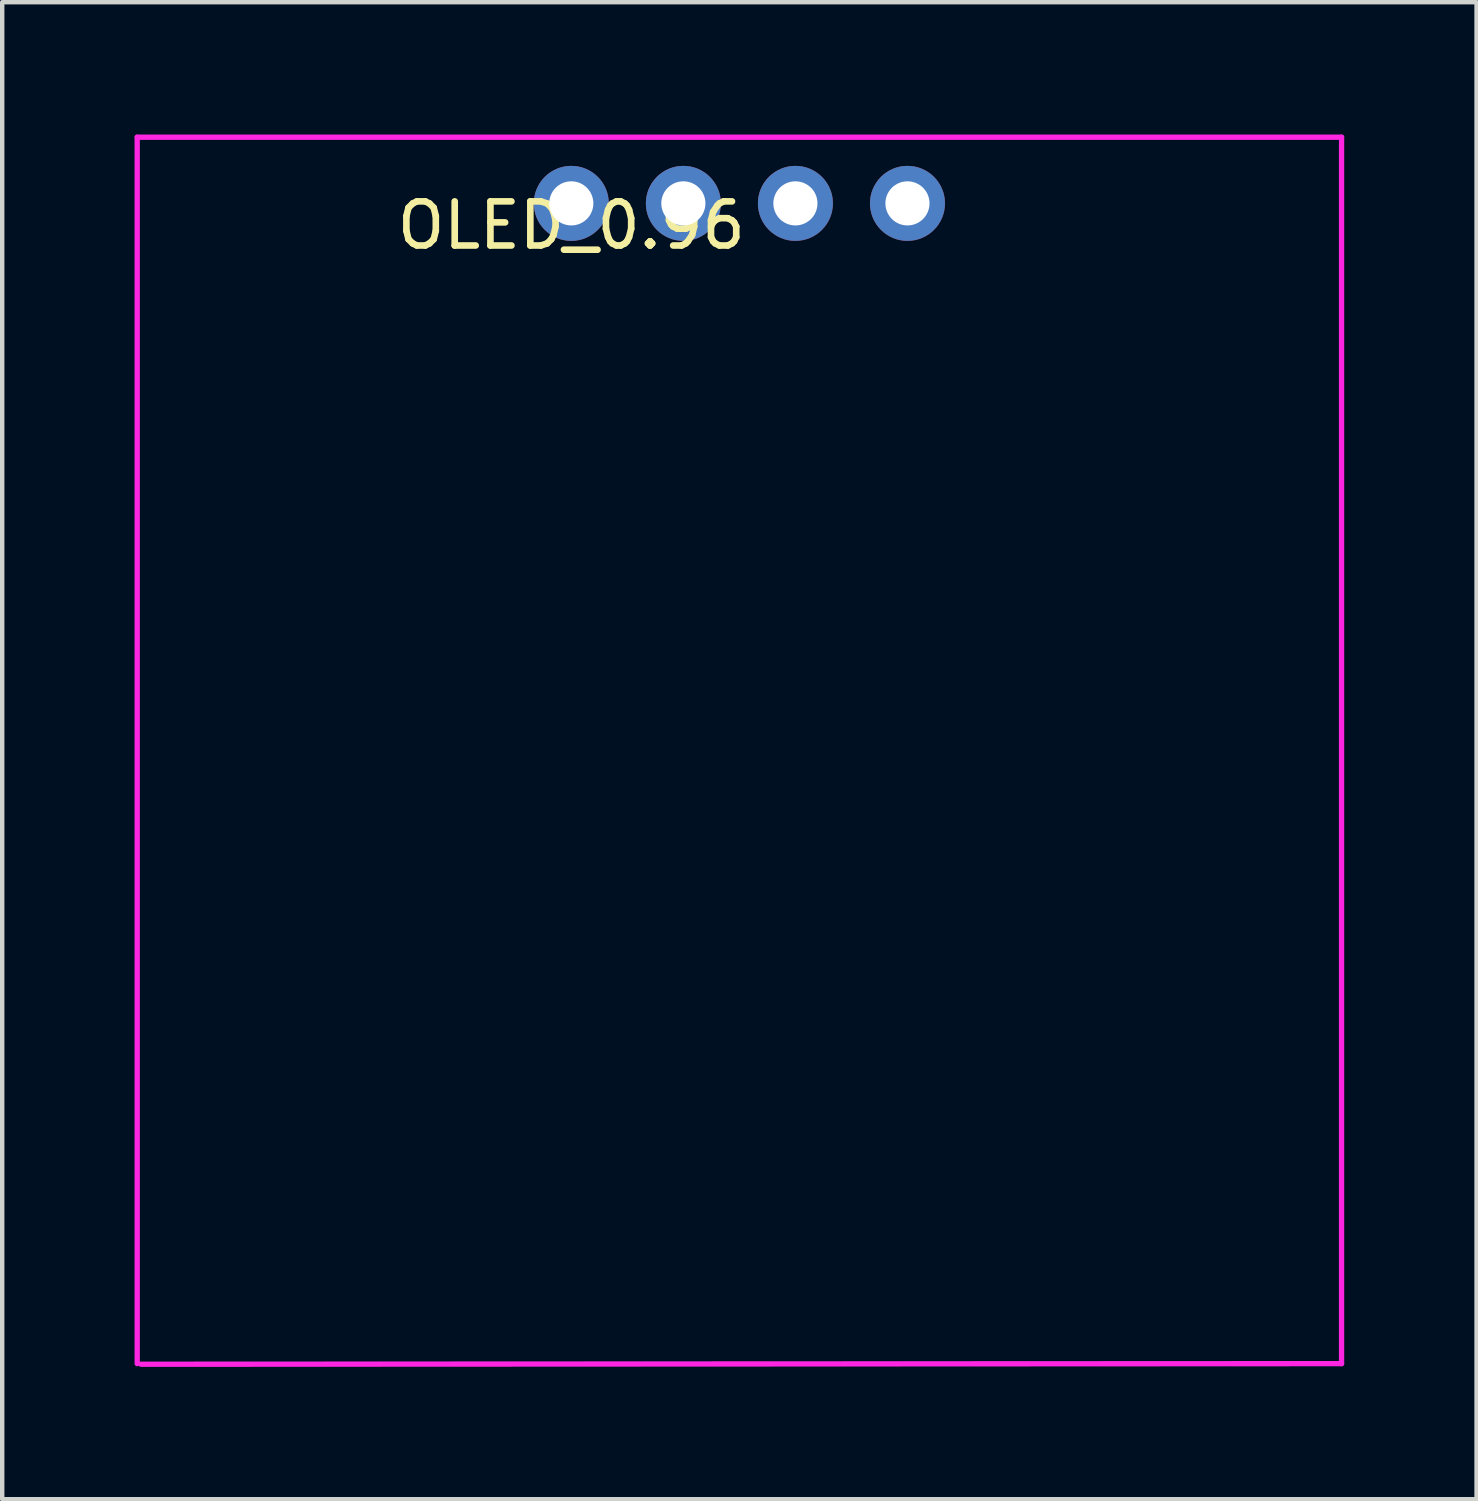
<source format=kicad_pcb>
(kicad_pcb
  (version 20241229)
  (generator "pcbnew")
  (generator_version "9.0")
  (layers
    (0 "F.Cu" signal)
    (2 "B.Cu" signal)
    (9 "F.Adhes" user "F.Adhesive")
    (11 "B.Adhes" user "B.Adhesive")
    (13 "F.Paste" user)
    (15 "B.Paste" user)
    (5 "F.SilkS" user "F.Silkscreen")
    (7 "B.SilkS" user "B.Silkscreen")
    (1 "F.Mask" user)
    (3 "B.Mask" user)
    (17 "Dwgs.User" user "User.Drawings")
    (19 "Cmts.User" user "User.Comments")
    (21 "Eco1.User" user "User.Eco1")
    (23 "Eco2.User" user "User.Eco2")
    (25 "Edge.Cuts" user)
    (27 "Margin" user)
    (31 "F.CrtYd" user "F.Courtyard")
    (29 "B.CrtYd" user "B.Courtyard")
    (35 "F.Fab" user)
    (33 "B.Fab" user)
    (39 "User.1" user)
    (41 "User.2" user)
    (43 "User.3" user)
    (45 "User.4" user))
  (footprint "OLED_0.96"
    (layer "F.Cu")
    (at 9.9 1.56)
    (property "Reference" "OLED_0.96" (at 0 0.5 0) (layer "F.SilkS") (effects (font (size 1 1) (thickness 0.15))))
    (attr through_hole)
    (fp_line (start -9.84 -1.5) (end -9.84 26.3) (stroke (width 0.12) (type solid)) (layer "F.CrtYd"))
    (fp_line (start -9.84 -1.5) (end 17.46 -1.5) (stroke (width 0.12) (type solid)) (layer "F.CrtYd"))
    (fp_line (start -9.754 26.314) (end 17.46 26.3) (stroke (width 0.12) (type solid)) (layer "F.CrtYd"))
    (fp_line (start 17.46 -1.5) (end 17.46 26.3) (stroke (width 0.12) (type solid)) (layer "F.CrtYd"))
    (pad "1" thru_hole circle (at 0 0) (size 1.7 1.7) (drill 1) (layers "*.Cu" "*.Mask"))
    (pad "2" thru_hole circle (at 2.54 0) (size 1.7 1.7) (drill 1) (layers "*.Cu" "*.Mask"))
    (pad "3" thru_hole circle (at 5.08 0) (size 1.7 1.7) (drill 1) (layers "*.Cu" "*.Mask"))
    (pad "4" thru_hole circle (at 7.62 0) (size 1.7 1.7) (drill 1) (layers "*.Cu" "*.Mask")))
  (gr_rect
    (start -3 -3)
    (end 30.42 30.934)
    (stroke (width 0.1) (type default))
    (fill no)
    (layer "Edge.Cuts")))
</source>
